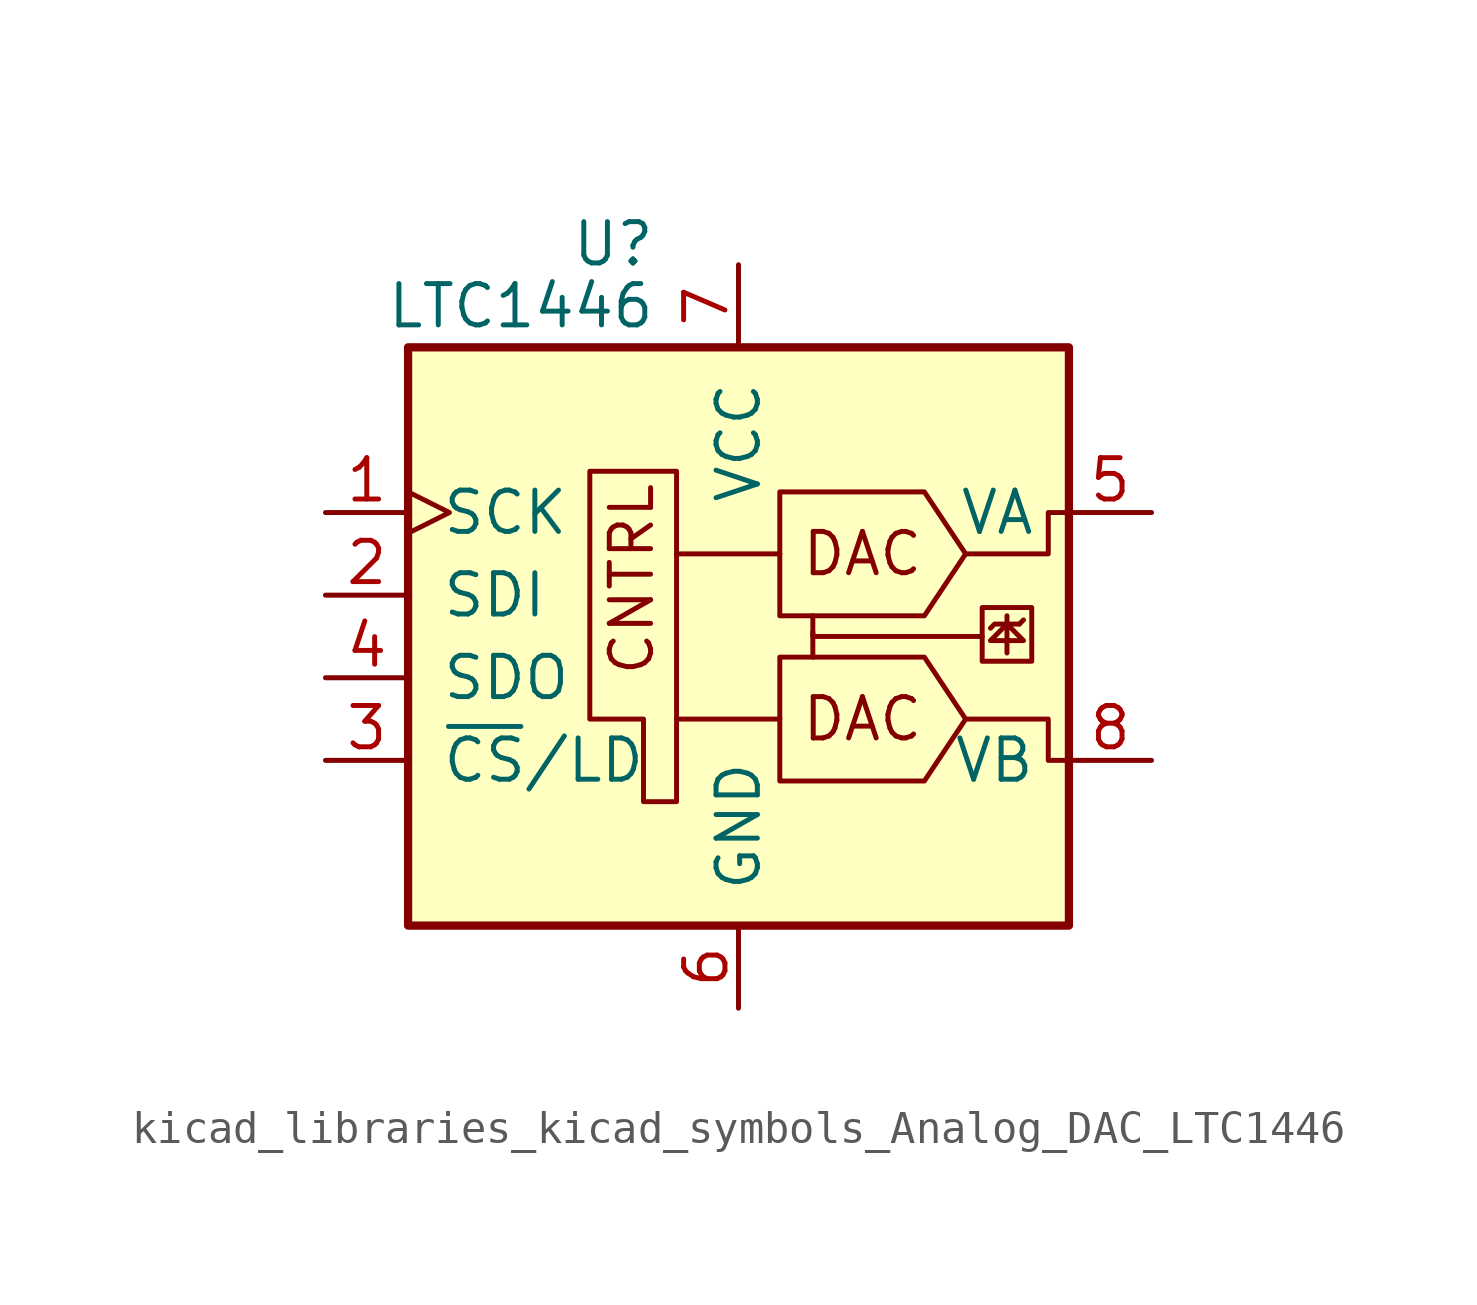
<source format=kicad_sym>
(kicad_symbol_lib
  (version 20220914)
  (generator kicad_symbol_editor)
  (symbol "kicad_libraries_kicad_symbols_Analog_DAC_LTC1446"
    (pin_names
      (offset 1.016))
    (property "Reference" "U"
      (at -2.54 10.795 0)
      (effects (font (size 1.27 1.27)) (justify right)))
    (property "Value" "LTC1446"
      (at -2.54 8.89 0)
      (effects (font (size 1.27 1.27)) (justify right)))
    (symbol "kicad_libraries_kicad_symbols_Analog_DAC_LTC1446_0_0"
      (polyline (pts (xy 2.286 -1.143) (xy 2.286 -1.905)) (stroke (width 0) (type default)) (fill (type none)))
      (polyline (pts (xy 8.255 -1.778) (xy 8.255 -0.635)) (stroke (width 0) (type default)) (fill (type none)))
      (polyline (pts (xy 8.636 -0.889) (xy 8.763 -0.762)) (stroke (width 0) (type default)) (fill (type none)))
      (polyline (pts (xy 7.493 -1.27) (xy 2.286 -1.27) (xy 2.286 -0.635)) (stroke (width 0) (type default)) (fill (type none)))
      (polyline (pts (xy 8.636 -0.889) (xy 7.874 -0.889) (xy 7.747 -1.016)) (stroke (width 0) (type default)) (fill (type none)))
      (polyline (pts (xy 6.985 -3.81) (xy 9.525 -3.81) (xy 9.525 -5.08) (xy 10.16 -5.08)) (stroke (width 0) (type default)) (fill (type none)))
      (polyline (pts (xy 6.985 1.27) (xy 9.525 1.27) (xy 9.525 2.54) (xy 10.16 2.54)) (stroke (width 0) (type default)) (fill (type none)))
      (polyline (pts (xy 8.255 -0.889) (xy 8.763 -1.397) (xy 7.747 -1.397) (xy 8.255 -0.889)) (stroke (width 0) (type default)) (fill (type none)))
      (rectangle (start 9.017 -0.381) (end 7.493 -2.032) (stroke (width 0) (type default)) (fill (type none)))
      (text "CNTRL" (at -2.54 -2.54 900) (effects (font (size 1.27 1.27)) (justify left bottom)))
      (text "DAC" (at 3.81 -3.81 0) (effects (font (size 1.27 1.27))))
      (text "DAC" (at 3.81 1.27 0) (effects (font (size 1.27 1.27)))))
    (symbol "kicad_libraries_kicad_symbols_Analog_DAC_LTC1446_0_1"
      (rectangle (start -10.16 7.62) (end 10.16 -10.16) (stroke (width 0.254) (type default)) (fill (type background)))
      (polyline (pts (xy 1.27 -3.81) (xy -1.905 -3.81)) (stroke (width 0) (type default)) (fill (type none)))
      (polyline (pts (xy 1.27 1.27) (xy -1.905 1.27)) (stroke (width 0) (type default)) (fill (type none)))
      (polyline (pts (xy 6.985 -3.81) (xy 5.715 -1.905) (xy 1.27 -1.905) (xy 1.27 -5.715) (xy 5.715 -5.715) (xy 6.985 -3.81)) (stroke (width 0) (type default)) (fill (type none)))
      (polyline (pts (xy 6.985 1.27) (xy 5.715 3.175) (xy 1.27 3.175) (xy 1.27 -0.635) (xy 5.715 -0.635) (xy 6.985 1.27)) (stroke (width 0) (type default)) (fill (type none)))
      (polyline (pts (xy -1.905 3.81) (xy -4.572 3.81) (xy -4.572 -3.81) (xy -2.921 -3.81) (xy -2.921 -6.35) (xy -1.905 -6.35) (xy -1.905 3.81)) (stroke (width 0) (type default)) (fill (type none))))
    (symbol "kicad_libraries_kicad_symbols_Analog_DAC_LTC1446_1_1"
      (pin input clock (at -12.7 2.54 0) (length 2.54) (name "SCK" (effects (font (size 1.27 1.27)))) (number "1" (effects (font (size 1.27 1.27)))))
      (pin input line (at -12.7 0 0) (length 2.54) (name "SDI" (effects (font (size 1.27 1.27)))) (number "2" (effects (font (size 1.27 1.27)))))
      (pin input line (at -12.7 -5.08 0) (length 2.54) (name "~{CS}/LD" (effects (font (size 1.27 1.27)))) (number "3" (effects (font (size 1.27 1.27)))))
      (pin output line (at -12.7 -2.54 0) (length 2.54) (name "SDO" (effects (font (size 1.27 1.27)))) (number "4" (effects (font (size 1.27 1.27)))))
      (pin output line (at 12.7 2.54 180) (length 2.54) (name "VA" (effects (font (size 1.27 1.27)))) (number "5" (effects (font (size 1.27 1.27)))))
      (pin power_in line (at 0 -12.7 90) (length 2.54) (name "GND" (effects (font (size 1.27 1.27)))) (number "6" (effects (font (size 1.27 1.27)))))
      (pin power_in line (at 0 10.16 270) (length 2.54) (name "VCC" (effects (font (size 1.27 1.27)))) (number "7" (effects (font (size 1.27 1.27)))))
      (pin output line (at 12.7 -5.08 180) (length 2.54) (name "VB" (effects (font (size 1.27 1.27)))) (number "8" (effects (font (size 1.27 1.27))))))))
</source>
